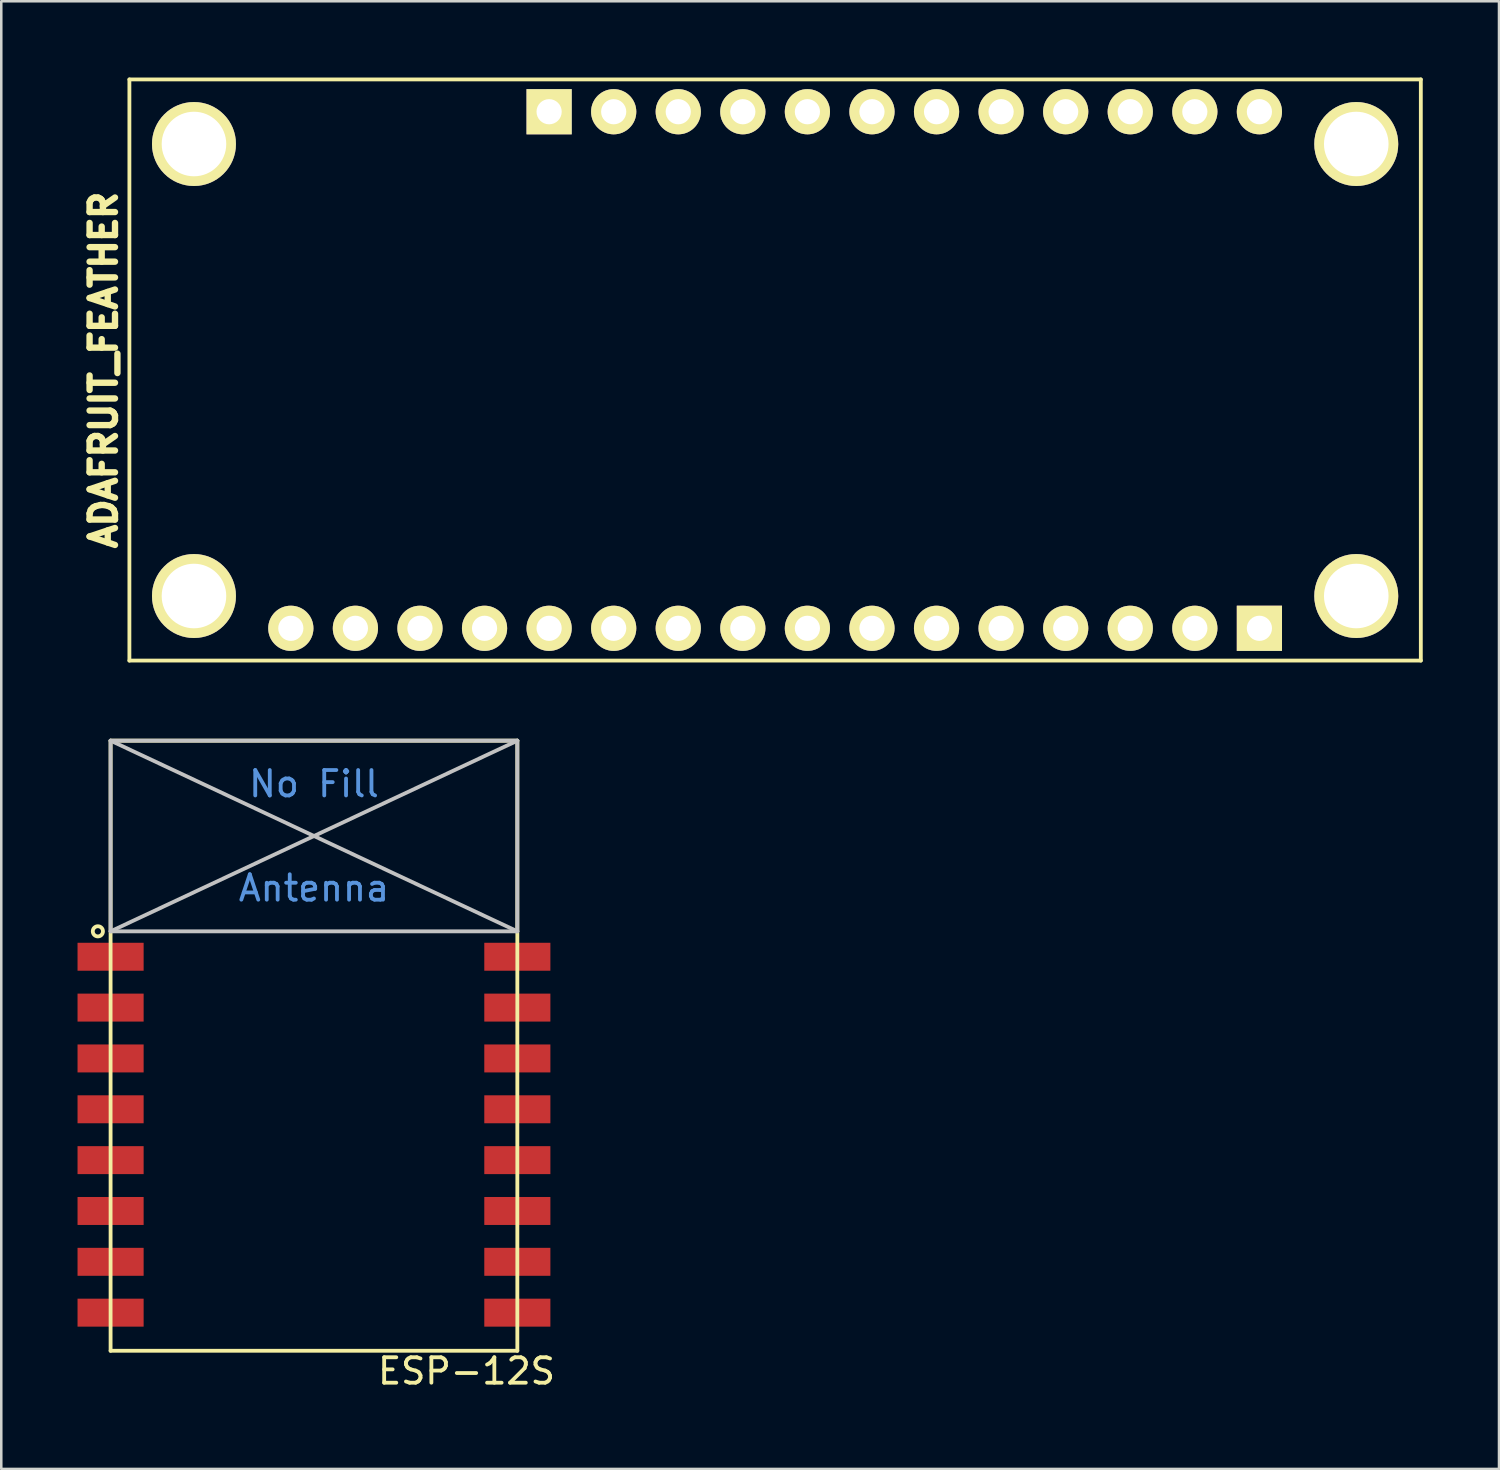
<source format=kicad_pcb>
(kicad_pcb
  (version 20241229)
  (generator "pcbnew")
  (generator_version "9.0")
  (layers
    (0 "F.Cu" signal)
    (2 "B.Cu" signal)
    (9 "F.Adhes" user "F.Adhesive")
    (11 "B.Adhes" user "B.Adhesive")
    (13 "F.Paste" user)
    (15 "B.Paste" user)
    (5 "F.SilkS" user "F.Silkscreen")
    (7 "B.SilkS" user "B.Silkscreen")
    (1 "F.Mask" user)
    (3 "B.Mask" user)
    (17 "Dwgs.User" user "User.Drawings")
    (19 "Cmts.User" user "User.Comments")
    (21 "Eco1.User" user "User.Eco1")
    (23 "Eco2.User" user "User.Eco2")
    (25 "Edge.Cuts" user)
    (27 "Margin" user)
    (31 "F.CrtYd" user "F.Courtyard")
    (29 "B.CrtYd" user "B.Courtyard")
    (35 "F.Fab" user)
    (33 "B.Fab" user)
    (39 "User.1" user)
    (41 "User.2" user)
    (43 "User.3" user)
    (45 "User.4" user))
  (footprint "ADAFRUIT_FEATHER"
    (layer "F.Cu")
    (at 27.44 11.505)
    (property "Reference" "ADAFRUIT_FEATHER" (at -26.416 0 90) (layer "F.SilkS") (effects (font (size 1 1) (thickness 0.25))))
    (attr through_hole)
    (fp_line (start -25.4 -11.43) (end -25.4 11.43) (stroke (width 0.15) (type solid)) (layer "F.SilkS"))
    (fp_line (start -25.4 11.43) (end 25.4 11.43) (stroke (width 0.15) (type solid)) (layer "F.SilkS"))
    (fp_line (start 25.4 -11.43) (end -25.4 -11.43) (stroke (width 0.15) (type solid)) (layer "F.SilkS"))
    (fp_line (start 25.4 11.43) (end 25.4 -11.43) (stroke (width 0.15) (type solid)) (layer "F.SilkS"))
    (pad "" thru_hole circle (at -22.86 -8.89) (size 3.302 3.302) (drill 2.54) (layers "*.Cu" "*.Mask" "F.SilkS"))
    (pad "" thru_hole circle (at -22.86 8.89) (size 3.302 3.302) (drill 2.54) (layers "*.Cu" "*.Mask" "F.SilkS"))
    (pad "" thru_hole circle (at 22.86 -8.89) (size 3.302 3.302) (drill 2.54) (layers "*.Cu" "*.Mask" "F.SilkS"))
    (pad "" thru_hole circle (at 22.86 8.89) (size 3.302 3.302) (drill 2.54) (layers "*.Cu" "*.Mask" "F.SilkS"))
    (pad "1" thru_hole rect (at 19.05 10.16) (size 1.778 1.778) (drill 0.991) (layers "*.Cu" "*.Mask" "F.SilkS"))
    (pad "2" thru_hole circle (at 16.51 10.16) (size 1.778 1.778) (drill 0.991) (layers "*.Cu" "*.Mask" "F.SilkS"))
    (pad "3" thru_hole circle (at 13.97 10.16) (size 1.778 1.778) (drill 0.991) (layers "*.Cu" "*.Mask" "F.SilkS"))
    (pad "4" thru_hole circle (at 11.43 10.16) (size 1.778 1.778) (drill 0.991) (layers "*.Cu" "*.Mask" "F.SilkS"))
    (pad "5" thru_hole circle (at 8.89 10.16) (size 1.778 1.778) (drill 0.991) (layers "*.Cu" "*.Mask" "F.SilkS"))
    (pad "6" thru_hole circle (at 6.35 10.16) (size 1.778 1.778) (drill 0.991) (layers "*.Cu" "*.Mask" "F.SilkS"))
    (pad "7" thru_hole circle (at 3.81 10.16) (size 1.778 1.778) (drill 0.991) (layers "*.Cu" "*.Mask" "F.SilkS"))
    (pad "8" thru_hole circle (at 1.27 10.16) (size 1.778 1.778) (drill 0.991) (layers "*.Cu" "*.Mask" "F.SilkS"))
    (pad "9" thru_hole circle (at -1.27 10.16) (size 1.778 1.778) (drill 0.991) (layers "*.Cu" "*.Mask" "F.SilkS"))
    (pad "10" thru_hole circle (at -3.81 10.16) (size 1.778 1.778) (drill 0.991) (layers "*.Cu" "*.Mask" "F.SilkS"))
    (pad "11" thru_hole circle (at -6.35 10.16) (size 1.778 1.778) (drill 0.991) (layers "*.Cu" "*.Mask" "F.SilkS"))
    (pad "12" thru_hole circle (at -8.89 10.16) (size 1.778 1.778) (drill 0.991) (layers "*.Cu" "*.Mask" "F.SilkS"))
    (pad "13" thru_hole circle (at -11.43 10.16) (size 1.778 1.778) (drill 0.991) (layers "*.Cu" "*.Mask" "F.SilkS"))
    (pad "14" thru_hole circle (at -13.97 10.16) (size 1.778 1.778) (drill 0.991) (layers "*.Cu" "*.Mask" "F.SilkS"))
    (pad "15" thru_hole circle (at -16.51 10.16) (size 1.778 1.778) (drill 0.991) (layers "*.Cu" "*.Mask" "F.SilkS"))
    (pad "16" thru_hole circle (at -19.05 10.16) (size 1.778 1.778) (drill 0.991) (layers "*.Cu" "*.Mask" "F.SilkS"))
    (pad "17" thru_hole rect (at -8.89 -10.16) (size 1.778 1.778) (drill 0.991) (layers "*.Cu" "*.Mask" "F.SilkS"))
    (pad "18" thru_hole circle (at -6.35 -10.16) (size 1.778 1.778) (drill 0.991) (layers "*.Cu" "*.Mask" "F.SilkS"))
    (pad "19" thru_hole circle (at -3.81 -10.16) (size 1.778 1.778) (drill 0.991) (layers "*.Cu" "*.Mask" "F.SilkS"))
    (pad "20" thru_hole circle (at -1.27 -10.16) (size 1.778 1.778) (drill 0.991) (layers "*.Cu" "*.Mask" "F.SilkS"))
    (pad "21" thru_hole circle (at 1.27 -10.16) (size 1.778 1.778) (drill 0.991) (layers "*.Cu" "*.Mask" "F.SilkS"))
    (pad "22" thru_hole circle (at 3.81 -10.16) (size 1.778 1.778) (drill 0.991) (layers "*.Cu" "*.Mask" "F.SilkS"))
    (pad "23" thru_hole circle (at 6.35 -10.16) (size 1.778 1.778) (drill 0.991) (layers "*.Cu" "*.Mask" "F.SilkS"))
    (pad "24" thru_hole circle (at 8.89 -10.16) (size 1.778 1.778) (drill 0.991) (layers "*.Cu" "*.Mask" "F.SilkS"))
    (pad "25" thru_hole circle (at 11.43 -10.16) (size 1.778 1.778) (drill 0.991) (layers "*.Cu" "*.Mask" "F.SilkS"))
    (pad "26" thru_hole circle (at 13.97 -10.16) (size 1.778 1.778) (drill 0.991) (layers "*.Cu" "*.Mask" "F.SilkS"))
    (pad "27" thru_hole circle (at 16.51 -10.16) (size 1.778 1.778) (drill 0.991) (layers "*.Cu" "*.Mask" "F.SilkS"))
    (pad "28" thru_hole circle (at 19.05 -10.16) (size 1.778 1.778) (drill 0.991) (layers "*.Cu" "*.Mask" "F.SilkS")))
  (footprint "ESP-12S"
    (layer "F.Cu")
    (at 9.3 38.085)
    (property "Reference" "ESP-12S" (at 6 12.8 0) (layer "F.SilkS") (effects (font (size 1 1) (thickness 0.15))))
    (attr through_hole)
    (fp_line (start -8 -12) (end -8 12) (stroke (width 0.15) (type solid)) (layer "F.SilkS"))
    (fp_line (start -8 12) (end 8 12) (stroke (width 0.15) (type solid)) (layer "F.SilkS"))
    (fp_line (start 8 -12) (end -8 -12) (stroke (width 0.15) (type solid)) (layer "F.SilkS"))
    (fp_line (start 8 12) (end 8 -12) (stroke (width 0.15) (type solid)) (layer "F.SilkS"))
    (fp_circle (center -8.5 -4.5) (end -8.5 -4.7) (stroke (width 0.15) (type solid)) (fill no) (layer "F.SilkS"))
    (fp_line (start -8 -4.5) (end -8 -12) (stroke (width 0.15) (type solid)) (layer "Dwgs.User"))
    (fp_line (start -8 -4.5) (end 8 -12) (stroke (width 0.15) (type solid)) (layer "Dwgs.User"))
    (fp_line (start 8 -12) (end -8 -12) (stroke (width 0.15) (type solid)) (layer "Dwgs.User"))
    (fp_line (start 8 -4.5) (end -8 -12) (stroke (width 0.15) (type solid)) (layer "Dwgs.User"))
    (fp_line (start 8 -4.5) (end -8 -4.5) (stroke (width 0.15) (type solid)) (layer "Dwgs.User"))
    (fp_line (start 8 -4.5) (end 8 -12) (stroke (width 0.15) (type solid)) (layer "Dwgs.User"))
    (fp_text user "Antenna" (at 0 -6.2 0) (layer "Cmts.User") (effects (font (size 1 1) (thickness 0.15))))
    (fp_text user "No Fill" (at 0 -10.3 0) (layer "Cmts.User") (effects (font (size 1 1) (thickness 0.15))))
    (pad "1" smd rect (at -8 -3.5) (size 2.6 1.1) (layers "F.Cu" "F.Mask" "F.Paste"))
    (pad "2" smd rect (at -8 -1.5) (size 2.6 1.1) (layers "F.Cu" "F.Mask" "F.Paste"))
    (pad "3" smd rect (at -8 0.5) (size 2.6 1.1) (layers "F.Cu" "F.Mask" "F.Paste"))
    (pad "4" smd rect (at -8 2.5) (size 2.6 1.1) (layers "F.Cu" "F.Mask" "F.Paste"))
    (pad "5" smd rect (at -8 4.5) (size 2.6 1.1) (layers "F.Cu" "F.Mask" "F.Paste"))
    (pad "6" smd rect (at -8 6.5) (size 2.6 1.1) (layers "F.Cu" "F.Mask" "F.Paste"))
    (pad "7" smd rect (at -8 8.5) (size 2.6 1.1) (layers "F.Cu" "F.Mask" "F.Paste"))
    (pad "8" smd rect (at -8 10.5) (size 2.6 1.1) (layers "F.Cu" "F.Mask" "F.Paste"))
    (pad "9" smd rect (at 8 10.5) (size 2.6 1.1) (layers "F.Cu" "F.Mask" "F.Paste"))
    (pad "10" smd rect (at 8 8.5) (size 2.6 1.1) (layers "F.Cu" "F.Mask" "F.Paste"))
    (pad "11" smd rect (at 8 6.5) (size 2.6 1.1) (layers "F.Cu" "F.Mask" "F.Paste"))
    (pad "12" smd rect (at 8 4.5) (size 2.6 1.1) (layers "F.Cu" "F.Mask" "F.Paste"))
    (pad "13" smd rect (at 8 2.5) (size 2.6 1.1) (layers "F.Cu" "F.Mask" "F.Paste"))
    (pad "14" smd rect (at 8 0.5) (size 2.6 1.1) (layers "F.Cu" "F.Mask" "F.Paste"))
    (pad "15" smd rect (at 8 -1.5) (size 2.6 1.1) (layers "F.Cu" "F.Mask" "F.Paste"))
    (pad "16" smd rect (at 8 -3.5) (size 2.6 1.1) (layers "F.Cu" "F.Mask" "F.Paste")))
  (gr_rect
    (start -3 -3)
    (end 55.915 54.733)
    (stroke (width 0.1) (type default))
    (fill no)
    (layer "Edge.Cuts")))
</source>
